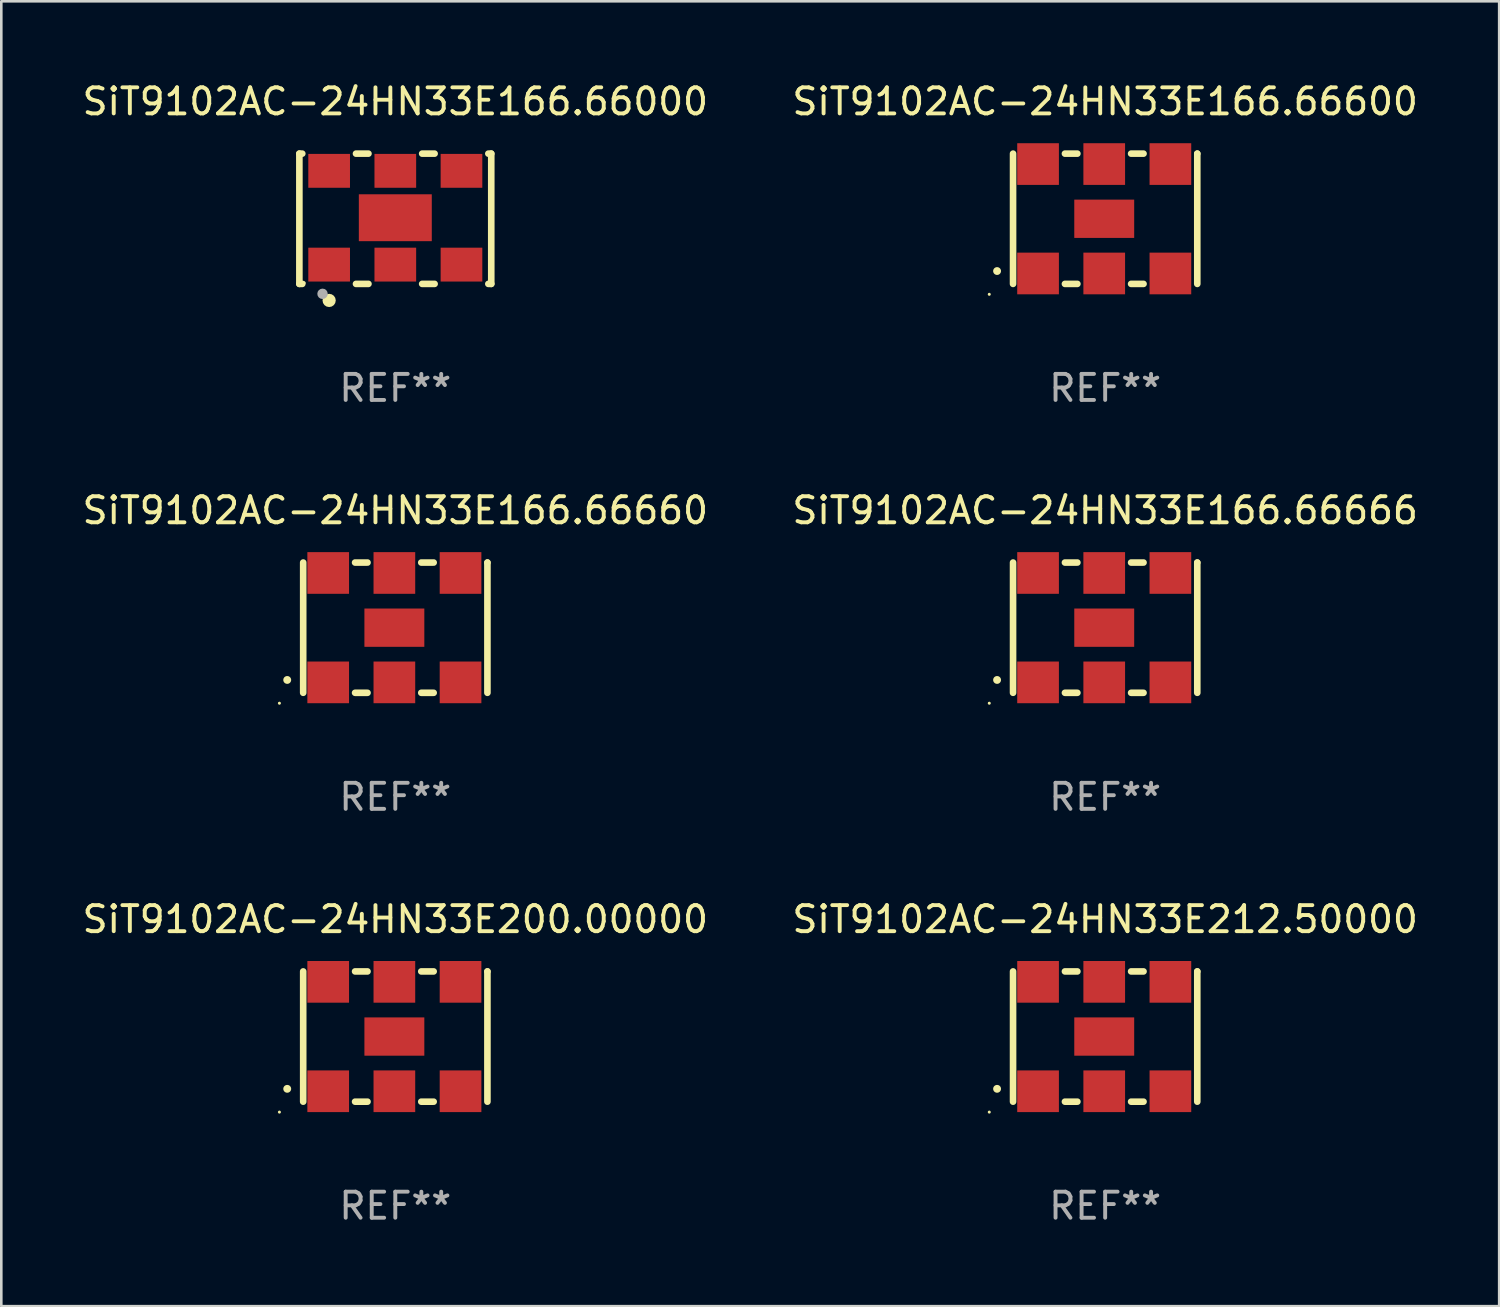
<source format=kicad_pcb>
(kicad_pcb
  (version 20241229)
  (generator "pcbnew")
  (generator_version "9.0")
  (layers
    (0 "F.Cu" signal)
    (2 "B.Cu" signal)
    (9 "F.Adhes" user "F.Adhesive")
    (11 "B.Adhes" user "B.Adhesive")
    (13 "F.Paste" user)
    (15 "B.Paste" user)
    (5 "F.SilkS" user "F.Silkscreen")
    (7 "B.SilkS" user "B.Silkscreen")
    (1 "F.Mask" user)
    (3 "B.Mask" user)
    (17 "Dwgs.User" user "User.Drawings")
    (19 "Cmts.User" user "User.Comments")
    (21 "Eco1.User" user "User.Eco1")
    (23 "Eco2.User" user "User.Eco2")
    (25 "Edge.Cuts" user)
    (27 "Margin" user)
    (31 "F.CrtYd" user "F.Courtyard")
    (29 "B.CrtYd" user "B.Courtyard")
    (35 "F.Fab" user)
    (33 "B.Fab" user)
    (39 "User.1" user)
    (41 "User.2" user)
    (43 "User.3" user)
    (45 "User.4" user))
  (footprint "SiT9102AC-24HN33E166.66600"
    (layer "F.Cu")
    (at 39.375 5.348)
    (property "Reference" "SiT9102AC-24HN33E166.66600" (at 0 -4.5 0) (layer "F.SilkS") (effects (font (size 1 1) (thickness 0.15))))
    (attr through_hole)
    (fp_line (start -3.536 -2.5) (end -3.536 2.5) (stroke (width 0.254) (type solid)) (layer "F.SilkS"))
    (fp_line (start -1.544 2.5) (end -1.067 2.5) (stroke (width 0.254) (type solid)) (layer "F.SilkS"))
    (fp_line (start -1.067 -2.5) (end -1.544 -2.5) (stroke (width 0.254) (type solid)) (layer "F.SilkS"))
    (fp_line (start 0.996 2.5) (end 1.473 2.5) (stroke (width 0.254) (type solid)) (layer "F.SilkS"))
    (fp_line (start 1.473 -2.5) (end 0.996 -2.5) (stroke (width 0.254) (type solid)) (layer "F.SilkS"))
    (fp_line (start 3.536 -2.5) (end 3.536 -2.5) (stroke (width 0.254) (type solid)) (layer "F.SilkS"))
    (fp_line (start 3.536 2.5) (end 3.536 -2.5) (stroke (width 0.254) (type solid)) (layer "F.SilkS"))
    (fp_arc (start -4.150432 2.006604) (mid -4.149162 2.006599) (end -4.147892 2.006604) (stroke (width 0.3) (type solid)) (layer "F.SilkS"))
    (fp_circle (center -4.449 2.9) (end -4.419 2.9) (stroke (width 0.06) (type solid)) (fill no) (layer "F.SilkS"))
    (fp_text user "REF**" (at 0 6.5 0) (layer "F.Fab") (effects (font (size 1 1) (thickness 0.15))))
    (pad "1" smd rect (at -2.576 2.1) (size 1.6 1.6) (layers "F.Cu" "F.Mask" "F.Paste"))
    (pad "2" smd rect (at -0.036 2.1) (size 1.6 1.6) (layers "F.Cu" "F.Mask" "F.Paste"))
    (pad "3" smd rect (at 2.504 2.1) (size 1.6 1.6) (layers "F.Cu" "F.Mask" "F.Paste"))
    (pad "4" smd rect (at 2.504 -2.1) (size 1.6 1.6) (layers "F.Cu" "F.Mask" "F.Paste"))
    (pad "5" smd rect (at -0.036 -2.1) (size 1.6 1.6) (layers "F.Cu" "F.Mask" "F.Paste"))
    (pad "6" smd rect (at -2.576 -2.1) (size 1.6 1.6) (layers "F.Cu" "F.Mask" "F.Paste"))
    (pad "7" smd rect (at -0.036 0) (size 2.3 1.47) (layers "F.Cu" "F.Mask" "F.Paste")))
  (footprint "SiT9102AC-24HN33E200.00000"
    (layer "F.Cu")
    (at 12.125 36.741)
    (property "Reference" "SiT9102AC-24HN33E200.00000" (at 0 -4.5 0) (layer "F.SilkS") (effects (font (size 1 1) (thickness 0.15))))
    (attr through_hole)
    (fp_line (start -3.536 -2.5) (end -3.536 2.5) (stroke (width 0.254) (type solid)) (layer "F.SilkS"))
    (fp_line (start -1.544 2.5) (end -1.067 2.5) (stroke (width 0.254) (type solid)) (layer "F.SilkS"))
    (fp_line (start -1.067 -2.5) (end -1.544 -2.5) (stroke (width 0.254) (type solid)) (layer "F.SilkS"))
    (fp_line (start 0.996 2.5) (end 1.473 2.5) (stroke (width 0.254) (type solid)) (layer "F.SilkS"))
    (fp_line (start 1.473 -2.5) (end 0.996 -2.5) (stroke (width 0.254) (type solid)) (layer "F.SilkS"))
    (fp_line (start 3.536 -2.5) (end 3.536 -2.5) (stroke (width 0.254) (type solid)) (layer "F.SilkS"))
    (fp_line (start 3.536 2.5) (end 3.536 -2.5) (stroke (width 0.254) (type solid)) (layer "F.SilkS"))
    (fp_arc (start -4.150432 2.006604) (mid -4.149162 2.006599) (end -4.147892 2.006604) (stroke (width 0.3) (type solid)) (layer "F.SilkS"))
    (fp_circle (center -4.449 2.9) (end -4.419 2.9) (stroke (width 0.06) (type solid)) (fill no) (layer "F.SilkS"))
    (fp_text user "REF**" (at 0 6.5 0) (layer "F.Fab") (effects (font (size 1 1) (thickness 0.15))))
    (pad "1" smd rect (at -2.576 2.1) (size 1.6 1.6) (layers "F.Cu" "F.Mask" "F.Paste"))
    (pad "2" smd rect (at -0.036 2.1) (size 1.6 1.6) (layers "F.Cu" "F.Mask" "F.Paste"))
    (pad "3" smd rect (at 2.504 2.1) (size 1.6 1.6) (layers "F.Cu" "F.Mask" "F.Paste"))
    (pad "4" smd rect (at 2.504 -2.1) (size 1.6 1.6) (layers "F.Cu" "F.Mask" "F.Paste"))
    (pad "5" smd rect (at -0.036 -2.1) (size 1.6 1.6) (layers "F.Cu" "F.Mask" "F.Paste"))
    (pad "6" smd rect (at -2.576 -2.1) (size 1.6 1.6) (layers "F.Cu" "F.Mask" "F.Paste"))
    (pad "7" smd rect (at -0.036 0) (size 2.3 1.47) (layers "F.Cu" "F.Mask" "F.Paste")))
  (footprint "SiT9102AC-24HN33E166.66666"
    (layer "F.Cu")
    (at 39.375 21.045)
    (property "Reference" "SiT9102AC-24HN33E166.66666" (at 0 -4.5 0) (layer "F.SilkS") (effects (font (size 1 1) (thickness 0.15))))
    (attr through_hole)
    (fp_line (start -3.536 -2.5) (end -3.536 2.5) (stroke (width 0.254) (type solid)) (layer "F.SilkS"))
    (fp_line (start -1.544 2.5) (end -1.067 2.5) (stroke (width 0.254) (type solid)) (layer "F.SilkS"))
    (fp_line (start -1.067 -2.5) (end -1.544 -2.5) (stroke (width 0.254) (type solid)) (layer "F.SilkS"))
    (fp_line (start 0.996 2.5) (end 1.473 2.5) (stroke (width 0.254) (type solid)) (layer "F.SilkS"))
    (fp_line (start 1.473 -2.5) (end 0.996 -2.5) (stroke (width 0.254) (type solid)) (layer "F.SilkS"))
    (fp_line (start 3.536 -2.5) (end 3.536 -2.5) (stroke (width 0.254) (type solid)) (layer "F.SilkS"))
    (fp_line (start 3.536 2.5) (end 3.536 -2.5) (stroke (width 0.254) (type solid)) (layer "F.SilkS"))
    (fp_arc (start -4.150432 2.006604) (mid -4.149162 2.006599) (end -4.147892 2.006604) (stroke (width 0.3) (type solid)) (layer "F.SilkS"))
    (fp_circle (center -4.449 2.9) (end -4.419 2.9) (stroke (width 0.06) (type solid)) (fill no) (layer "F.SilkS"))
    (fp_text user "REF**" (at 0 6.5 0) (layer "F.Fab") (effects (font (size 1 1) (thickness 0.15))))
    (pad "1" smd rect (at -2.576 2.1) (size 1.6 1.6) (layers "F.Cu" "F.Mask" "F.Paste"))
    (pad "2" smd rect (at -0.036 2.1) (size 1.6 1.6) (layers "F.Cu" "F.Mask" "F.Paste"))
    (pad "3" smd rect (at 2.504 2.1) (size 1.6 1.6) (layers "F.Cu" "F.Mask" "F.Paste"))
    (pad "4" smd rect (at 2.504 -2.1) (size 1.6 1.6) (layers "F.Cu" "F.Mask" "F.Paste"))
    (pad "5" smd rect (at -0.036 -2.1) (size 1.6 1.6) (layers "F.Cu" "F.Mask" "F.Paste"))
    (pad "6" smd rect (at -2.576 -2.1) (size 1.6 1.6) (layers "F.Cu" "F.Mask" "F.Paste"))
    (pad "7" smd rect (at -0.036 0) (size 2.3 1.47) (layers "F.Cu" "F.Mask" "F.Paste")))
  (footprint "SiT9102AC-24HN33E166.66000"
    (layer "F.Cu")
    (at 12.125 5.348)
    (property "Reference" "SiT9102AC-24HN33E166.66000" (at 0 -4.5 0) (layer "F.SilkS") (effects (font (size 1 1) (thickness 0.15))))
    (attr through_hole)
    (fp_line (start -3.683 -2.5) (end -3.571 -2.5) (stroke (width 0.254) (type solid)) (layer "F.SilkS"))
    (fp_line (start -3.683 2.5) (end -3.683 -2.5) (stroke (width 0.254) (type solid)) (layer "F.SilkS"))
    (fp_line (start -3.683 2.5) (end -3.571 2.5) (stroke (width 0.254) (type solid)) (layer "F.SilkS"))
    (fp_line (start -1.509 -2.5) (end -1.031 -2.5) (stroke (width 0.254) (type solid)) (layer "F.SilkS"))
    (fp_line (start -1.509 2.5) (end -1.031 2.5) (stroke (width 0.254) (type solid)) (layer "F.SilkS"))
    (fp_line (start 1.031 -2.5) (end 1.509 -2.5) (stroke (width 0.254) (type solid)) (layer "F.SilkS"))
    (fp_line (start 1.031 2.5) (end 1.509 2.5) (stroke (width 0.254) (type solid)) (layer "F.SilkS"))
    (fp_line (start 3.571 -2.5) (end 3.683 -2.5) (stroke (width 0.254) (type solid)) (layer "F.SilkS"))
    (fp_line (start 3.571 2.5) (end 3.683 2.5) (stroke (width 0.254) (type solid)) (layer "F.SilkS"))
    (fp_line (start 3.683 2.5) (end 3.683 -2.5) (stroke (width 0.254) (type solid)) (layer "F.SilkS"))
    (fp_circle (center -3.5 2.46) (end -3.47 2.46) (stroke (width 0.06) (type solid)) (fill no) (layer "F.SilkS"))
    (fp_circle (center -2.54 3.135) (end -2.413 3.135) (stroke (width 0.254) (type solid)) (fill no) (layer "F.SilkS"))
    (fp_circle (center -2.794 2.881) (end -2.694 2.881) (stroke (width 0.2) (type solid)) (fill no) (layer "F.Fab"))
    (fp_text user "REF**" (at 0 6.5 0) (layer "F.Fab") (effects (font (size 1 1) (thickness 0.15))))
    (pad "1" smd rect (at -2.54 1.76) (size 1.6 1.3) (layers "F.Cu" "F.Mask" "F.Paste"))
    (pad "2" smd rect (at 0 1.76) (size 1.6 1.3) (layers "F.Cu" "F.Mask" "F.Paste"))
    (pad "3" smd rect (at 2.54 1.76) (size 1.6 1.3) (layers "F.Cu" "F.Mask" "F.Paste"))
    (pad "4" smd rect (at 2.54 -1.84) (size 1.6 1.3) (layers "F.Cu" "F.Mask" "F.Paste"))
    (pad "5" smd rect (at 0 -1.84) (size 1.6 1.3) (layers "F.Cu" "F.Mask" "F.Paste"))
    (pad "6" smd rect (at -2.54 -1.84) (size 1.6 1.3) (layers "F.Cu" "F.Mask" "F.Paste"))
    (pad "7" smd rect (at 0 -0.04) (size 2.8 1.8) (layers "F.Cu" "F.Mask" "F.Paste")))
  (footprint "SiT9102AC-24HN33E166.66660"
    (layer "F.Cu")
    (at 12.125 21.045)
    (property "Reference" "SiT9102AC-24HN33E166.66660" (at 0 -4.5 0) (layer "F.SilkS") (effects (font (size 1 1) (thickness 0.15))))
    (attr through_hole)
    (fp_line (start -3.536 -2.5) (end -3.536 2.5) (stroke (width 0.254) (type solid)) (layer "F.SilkS"))
    (fp_line (start -1.544 2.5) (end -1.067 2.5) (stroke (width 0.254) (type solid)) (layer "F.SilkS"))
    (fp_line (start -1.067 -2.5) (end -1.544 -2.5) (stroke (width 0.254) (type solid)) (layer "F.SilkS"))
    (fp_line (start 0.996 2.5) (end 1.473 2.5) (stroke (width 0.254) (type solid)) (layer "F.SilkS"))
    (fp_line (start 1.473 -2.5) (end 0.996 -2.5) (stroke (width 0.254) (type solid)) (layer "F.SilkS"))
    (fp_line (start 3.536 -2.5) (end 3.536 -2.5) (stroke (width 0.254) (type solid)) (layer "F.SilkS"))
    (fp_line (start 3.536 2.5) (end 3.536 -2.5) (stroke (width 0.254) (type solid)) (layer "F.SilkS"))
    (fp_arc (start -4.150432 2.006604) (mid -4.149162 2.006599) (end -4.147892 2.006604) (stroke (width 0.3) (type solid)) (layer "F.SilkS"))
    (fp_circle (center -4.449 2.9) (end -4.419 2.9) (stroke (width 0.06) (type solid)) (fill no) (layer "F.SilkS"))
    (fp_text user "REF**" (at 0 6.5 0) (layer "F.Fab") (effects (font (size 1 1) (thickness 0.15))))
    (pad "1" smd rect (at -2.576 2.1) (size 1.6 1.6) (layers "F.Cu" "F.Mask" "F.Paste"))
    (pad "2" smd rect (at -0.036 2.1) (size 1.6 1.6) (layers "F.Cu" "F.Mask" "F.Paste"))
    (pad "3" smd rect (at 2.504 2.1) (size 1.6 1.6) (layers "F.Cu" "F.Mask" "F.Paste"))
    (pad "4" smd rect (at 2.504 -2.1) (size 1.6 1.6) (layers "F.Cu" "F.Mask" "F.Paste"))
    (pad "5" smd rect (at -0.036 -2.1) (size 1.6 1.6) (layers "F.Cu" "F.Mask" "F.Paste"))
    (pad "6" smd rect (at -2.576 -2.1) (size 1.6 1.6) (layers "F.Cu" "F.Mask" "F.Paste"))
    (pad "7" smd rect (at -0.036 0) (size 2.3 1.47) (layers "F.Cu" "F.Mask" "F.Paste")))
  (footprint "SiT9102AC-24HN33E212.50000"
    (layer "F.Cu")
    (at 39.375 36.741)
    (property "Reference" "SiT9102AC-24HN33E212.50000" (at 0 -4.5 0) (layer "F.SilkS") (effects (font (size 1 1) (thickness 0.15))))
    (attr through_hole)
    (fp_line (start -3.536 -2.5) (end -3.536 2.5) (stroke (width 0.254) (type solid)) (layer "F.SilkS"))
    (fp_line (start -1.544 2.5) (end -1.067 2.5) (stroke (width 0.254) (type solid)) (layer "F.SilkS"))
    (fp_line (start -1.067 -2.5) (end -1.544 -2.5) (stroke (width 0.254) (type solid)) (layer "F.SilkS"))
    (fp_line (start 0.996 2.5) (end 1.473 2.5) (stroke (width 0.254) (type solid)) (layer "F.SilkS"))
    (fp_line (start 1.473 -2.5) (end 0.996 -2.5) (stroke (width 0.254) (type solid)) (layer "F.SilkS"))
    (fp_line (start 3.536 -2.5) (end 3.536 -2.5) (stroke (width 0.254) (type solid)) (layer "F.SilkS"))
    (fp_line (start 3.536 2.5) (end 3.536 -2.5) (stroke (width 0.254) (type solid)) (layer "F.SilkS"))
    (fp_arc (start -4.150432 2.006604) (mid -4.149162 2.006599) (end -4.147892 2.006604) (stroke (width 0.3) (type solid)) (layer "F.SilkS"))
    (fp_circle (center -4.449 2.9) (end -4.419 2.9) (stroke (width 0.06) (type solid)) (fill no) (layer "F.SilkS"))
    (fp_text user "REF**" (at 0 6.5 0) (layer "F.Fab") (effects (font (size 1 1) (thickness 0.15))))
    (pad "1" smd rect (at -2.576 2.1) (size 1.6 1.6) (layers "F.Cu" "F.Mask" "F.Paste"))
    (pad "2" smd rect (at -0.036 2.1) (size 1.6 1.6) (layers "F.Cu" "F.Mask" "F.Paste"))
    (pad "3" smd rect (at 2.504 2.1) (size 1.6 1.6) (layers "F.Cu" "F.Mask" "F.Paste"))
    (pad "4" smd rect (at 2.504 -2.1) (size 1.6 1.6) (layers "F.Cu" "F.Mask" "F.Paste"))
    (pad "5" smd rect (at -0.036 -2.1) (size 1.6 1.6) (layers "F.Cu" "F.Mask" "F.Paste"))
    (pad "6" smd rect (at -2.576 -2.1) (size 1.6 1.6) (layers "F.Cu" "F.Mask" "F.Paste"))
    (pad "7" smd rect (at -0.036 0) (size 2.3 1.47) (layers "F.Cu" "F.Mask" "F.Paste")))
  (gr_rect
    (start -3 -3)
    (end 54.5 47.09)
    (stroke (width 0.1) (type default))
    (fill no)
    (layer "Edge.Cuts")))
</source>
